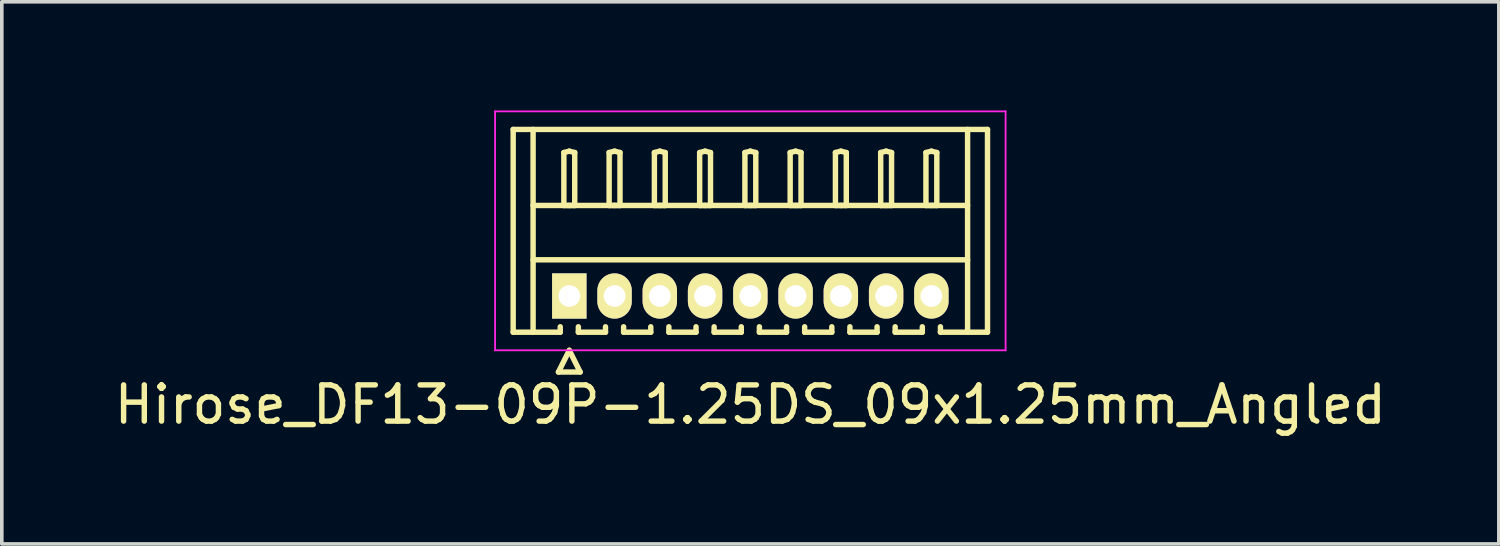
<source format=kicad_pcb>
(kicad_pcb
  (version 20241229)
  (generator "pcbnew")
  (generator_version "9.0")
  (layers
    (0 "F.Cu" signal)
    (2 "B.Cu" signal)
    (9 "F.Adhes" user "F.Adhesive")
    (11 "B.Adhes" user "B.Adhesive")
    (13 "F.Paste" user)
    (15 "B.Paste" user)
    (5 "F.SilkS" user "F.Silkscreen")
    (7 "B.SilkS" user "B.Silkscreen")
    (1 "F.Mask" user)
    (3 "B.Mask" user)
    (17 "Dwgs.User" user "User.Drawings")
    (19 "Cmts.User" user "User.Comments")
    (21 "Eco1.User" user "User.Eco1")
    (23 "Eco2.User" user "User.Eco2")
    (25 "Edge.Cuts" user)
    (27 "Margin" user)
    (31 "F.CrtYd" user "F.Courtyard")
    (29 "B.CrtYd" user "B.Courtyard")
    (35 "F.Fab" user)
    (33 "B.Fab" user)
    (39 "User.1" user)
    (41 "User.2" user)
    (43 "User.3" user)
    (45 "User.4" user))
  (footprint "Hirose_DF13-09P-1.25DS_09x1.25mm_Angled"
    (layer "F.Cu")
    (at 12.673 5.125)
    (property "Reference" "Hirose_DF13-09P-1.25DS_09x1.25mm_Angled" (at 5 3 0) (layer "F.SilkS") (effects (font (size 1 1) (thickness 0.15))))
    (attr through_hole)
    (fp_line (start -1.55 -4.6) (end 11.55 -4.6) (stroke (width 0.15) (type solid)) (layer "F.SilkS"))
    (fp_line (start -1.55 1) (end -1.55 -4.6) (stroke (width 0.15) (type solid)) (layer "F.SilkS"))
    (fp_line (start -1 -4.6) (end -1 1) (stroke (width 0.15) (type solid)) (layer "F.SilkS"))
    (fp_line (start -1 -2.5) (end 11 -2.5) (stroke (width 0.15) (type solid)) (layer "F.SilkS"))
    (fp_line (start -1 -1) (end 11 -1) (stroke (width 0.15) (type solid)) (layer "F.SilkS"))
    (fp_line (start -0.3 2.1) (end 0.3 2.1) (stroke (width 0.15) (type solid)) (layer "F.SilkS"))
    (fp_line (start -0.25 0.85) (end -0.25 1) (stroke (width 0.15) (type solid)) (layer "F.SilkS"))
    (fp_line (start -0.25 1) (end -1.55 1) (stroke (width 0.15) (type solid)) (layer "F.SilkS"))
    (fp_line (start -0.15 -3.962) (end 0 -4) (stroke (width 0.15) (type solid)) (layer "F.SilkS"))
    (fp_line (start -0.15 -2.5) (end -0.15 -3.962) (stroke (width 0.15) (type solid)) (layer "F.SilkS"))
    (fp_line (start 0 -4) (end 0.15 -3.962) (stroke (width 0.15) (type solid)) (layer "F.SilkS"))
    (fp_line (start 0 -2.5) (end -0.15 -2.5) (stroke (width 0.15) (type solid)) (layer "F.SilkS"))
    (fp_line (start 0 1.5) (end -0.3 2.1) (stroke (width 0.15) (type solid)) (layer "F.SilkS"))
    (fp_line (start 0.15 -3.962) (end 0.15 -2.5) (stroke (width 0.15) (type solid)) (layer "F.SilkS"))
    (fp_line (start 0.15 -2.5) (end 0 -2.5) (stroke (width 0.15) (type solid)) (layer "F.SilkS"))
    (fp_line (start 0.25 0.85) (end 0.25 1) (stroke (width 0.15) (type solid)) (layer "F.SilkS"))
    (fp_line (start 0.25 1) (end 1 1) (stroke (width 0.15) (type solid)) (layer "F.SilkS"))
    (fp_line (start 0.3 2.1) (end 0 1.5) (stroke (width 0.15) (type solid)) (layer "F.SilkS"))
    (fp_line (start 1 1) (end 1 0.85) (stroke (width 0.15) (type solid)) (layer "F.SilkS"))
    (fp_line (start 1.1 -3.962) (end 1.25 -4) (stroke (width 0.15) (type solid)) (layer "F.SilkS"))
    (fp_line (start 1.1 -2.5) (end 1.1 -3.962) (stroke (width 0.15) (type solid)) (layer "F.SilkS"))
    (fp_line (start 1.25 -4) (end 1.4 -3.962) (stroke (width 0.15) (type solid)) (layer "F.SilkS"))
    (fp_line (start 1.25 -2.5) (end 1.1 -2.5) (stroke (width 0.15) (type solid)) (layer "F.SilkS"))
    (fp_line (start 1.4 -3.962) (end 1.4 -2.5) (stroke (width 0.15) (type solid)) (layer "F.SilkS"))
    (fp_line (start 1.4 -2.5) (end 1.25 -2.5) (stroke (width 0.15) (type solid)) (layer "F.SilkS"))
    (fp_line (start 1.5 0.85) (end 1.5 1) (stroke (width 0.15) (type solid)) (layer "F.SilkS"))
    (fp_line (start 1.5 1) (end 2.25 1) (stroke (width 0.15) (type solid)) (layer "F.SilkS"))
    (fp_line (start 2.25 1) (end 2.25 0.85) (stroke (width 0.15) (type solid)) (layer "F.SilkS"))
    (fp_line (start 2.35 -3.962) (end 2.5 -4) (stroke (width 0.15) (type solid)) (layer "F.SilkS"))
    (fp_line (start 2.35 -2.5) (end 2.35 -3.962) (stroke (width 0.15) (type solid)) (layer "F.SilkS"))
    (fp_line (start 2.5 -4) (end 2.65 -3.962) (stroke (width 0.15) (type solid)) (layer "F.SilkS"))
    (fp_line (start 2.5 -2.5) (end 2.35 -2.5) (stroke (width 0.15) (type solid)) (layer "F.SilkS"))
    (fp_line (start 2.65 -3.962) (end 2.65 -2.5) (stroke (width 0.15) (type solid)) (layer "F.SilkS"))
    (fp_line (start 2.65 -2.5) (end 2.5 -2.5) (stroke (width 0.15) (type solid)) (layer "F.SilkS"))
    (fp_line (start 2.75 0.85) (end 2.75 1) (stroke (width 0.15) (type solid)) (layer "F.SilkS"))
    (fp_line (start 2.75 1) (end 3.5 1) (stroke (width 0.15) (type solid)) (layer "F.SilkS"))
    (fp_line (start 3.5 1) (end 3.5 0.85) (stroke (width 0.15) (type solid)) (layer "F.SilkS"))
    (fp_line (start 3.6 -3.962) (end 3.75 -4) (stroke (width 0.15) (type solid)) (layer "F.SilkS"))
    (fp_line (start 3.6 -2.5) (end 3.6 -3.962) (stroke (width 0.15) (type solid)) (layer "F.SilkS"))
    (fp_line (start 3.75 -4) (end 3.9 -3.962) (stroke (width 0.15) (type solid)) (layer "F.SilkS"))
    (fp_line (start 3.75 -2.5) (end 3.6 -2.5) (stroke (width 0.15) (type solid)) (layer "F.SilkS"))
    (fp_line (start 3.9 -3.962) (end 3.9 -2.5) (stroke (width 0.15) (type solid)) (layer "F.SilkS"))
    (fp_line (start 3.9 -2.5) (end 3.75 -2.5) (stroke (width 0.15) (type solid)) (layer "F.SilkS"))
    (fp_line (start 4 0.85) (end 4 1) (stroke (width 0.15) (type solid)) (layer "F.SilkS"))
    (fp_line (start 4 1) (end 4.75 1) (stroke (width 0.15) (type solid)) (layer "F.SilkS"))
    (fp_line (start 4.75 1) (end 4.75 0.85) (stroke (width 0.15) (type solid)) (layer "F.SilkS"))
    (fp_line (start 4.85 -3.962) (end 5 -4) (stroke (width 0.15) (type solid)) (layer "F.SilkS"))
    (fp_line (start 4.85 -2.5) (end 4.85 -3.962) (stroke (width 0.15) (type solid)) (layer "F.SilkS"))
    (fp_line (start 5 -4) (end 5.15 -3.962) (stroke (width 0.15) (type solid)) (layer "F.SilkS"))
    (fp_line (start 5 -2.5) (end 4.85 -2.5) (stroke (width 0.15) (type solid)) (layer "F.SilkS"))
    (fp_line (start 5.15 -3.962) (end 5.15 -2.5) (stroke (width 0.15) (type solid)) (layer "F.SilkS"))
    (fp_line (start 5.15 -2.5) (end 5 -2.5) (stroke (width 0.15) (type solid)) (layer "F.SilkS"))
    (fp_line (start 5.25 0.85) (end 5.25 1) (stroke (width 0.15) (type solid)) (layer "F.SilkS"))
    (fp_line (start 5.25 1) (end 6 1) (stroke (width 0.15) (type solid)) (layer "F.SilkS"))
    (fp_line (start 6 1) (end 6 0.85) (stroke (width 0.15) (type solid)) (layer "F.SilkS"))
    (fp_line (start 6.1 -3.962) (end 6.25 -4) (stroke (width 0.15) (type solid)) (layer "F.SilkS"))
    (fp_line (start 6.1 -2.5) (end 6.1 -3.962) (stroke (width 0.15) (type solid)) (layer "F.SilkS"))
    (fp_line (start 6.25 -4) (end 6.4 -3.962) (stroke (width 0.15) (type solid)) (layer "F.SilkS"))
    (fp_line (start 6.25 -2.5) (end 6.1 -2.5) (stroke (width 0.15) (type solid)) (layer "F.SilkS"))
    (fp_line (start 6.4 -3.962) (end 6.4 -2.5) (stroke (width 0.15) (type solid)) (layer "F.SilkS"))
    (fp_line (start 6.4 -2.5) (end 6.25 -2.5) (stroke (width 0.15) (type solid)) (layer "F.SilkS"))
    (fp_line (start 6.5 0.85) (end 6.5 1) (stroke (width 0.15) (type solid)) (layer "F.SilkS"))
    (fp_line (start 6.5 1) (end 7.25 1) (stroke (width 0.15) (type solid)) (layer "F.SilkS"))
    (fp_line (start 7.25 1) (end 7.25 0.85) (stroke (width 0.15) (type solid)) (layer "F.SilkS"))
    (fp_line (start 7.35 -3.962) (end 7.5 -4) (stroke (width 0.15) (type solid)) (layer "F.SilkS"))
    (fp_line (start 7.35 -2.5) (end 7.35 -3.962) (stroke (width 0.15) (type solid)) (layer "F.SilkS"))
    (fp_line (start 7.5 -4) (end 7.65 -3.962) (stroke (width 0.15) (type solid)) (layer "F.SilkS"))
    (fp_line (start 7.5 -2.5) (end 7.35 -2.5) (stroke (width 0.15) (type solid)) (layer "F.SilkS"))
    (fp_line (start 7.65 -3.962) (end 7.65 -2.5) (stroke (width 0.15) (type solid)) (layer "F.SilkS"))
    (fp_line (start 7.65 -2.5) (end 7.5 -2.5) (stroke (width 0.15) (type solid)) (layer "F.SilkS"))
    (fp_line (start 7.75 0.85) (end 7.75 1) (stroke (width 0.15) (type solid)) (layer "F.SilkS"))
    (fp_line (start 7.75 1) (end 8.5 1) (stroke (width 0.15) (type solid)) (layer "F.SilkS"))
    (fp_line (start 8.5 1) (end 8.5 0.85) (stroke (width 0.15) (type solid)) (layer "F.SilkS"))
    (fp_line (start 8.6 -3.962) (end 8.75 -4) (stroke (width 0.15) (type solid)) (layer "F.SilkS"))
    (fp_line (start 8.6 -2.5) (end 8.6 -3.962) (stroke (width 0.15) (type solid)) (layer "F.SilkS"))
    (fp_line (start 8.75 -4) (end 8.9 -3.962) (stroke (width 0.15) (type solid)) (layer "F.SilkS"))
    (fp_line (start 8.75 -2.5) (end 8.6 -2.5) (stroke (width 0.15) (type solid)) (layer "F.SilkS"))
    (fp_line (start 8.9 -3.962) (end 8.9 -2.5) (stroke (width 0.15) (type solid)) (layer "F.SilkS"))
    (fp_line (start 8.9 -2.5) (end 8.75 -2.5) (stroke (width 0.15) (type solid)) (layer "F.SilkS"))
    (fp_line (start 9 0.85) (end 9 1) (stroke (width 0.15) (type solid)) (layer "F.SilkS"))
    (fp_line (start 9 1) (end 9.75 1) (stroke (width 0.15) (type solid)) (layer "F.SilkS"))
    (fp_line (start 9.75 1) (end 9.75 0.85) (stroke (width 0.15) (type solid)) (layer "F.SilkS"))
    (fp_line (start 9.85 -3.962) (end 10 -4) (stroke (width 0.15) (type solid)) (layer "F.SilkS"))
    (fp_line (start 9.85 -2.5) (end 9.85 -3.962) (stroke (width 0.15) (type solid)) (layer "F.SilkS"))
    (fp_line (start 10 -4) (end 10.15 -3.962) (stroke (width 0.15) (type solid)) (layer "F.SilkS"))
    (fp_line (start 10 -2.5) (end 9.85 -2.5) (stroke (width 0.15) (type solid)) (layer "F.SilkS"))
    (fp_line (start 10.15 -3.962) (end 10.15 -2.5) (stroke (width 0.15) (type solid)) (layer "F.SilkS"))
    (fp_line (start 10.15 -2.5) (end 10 -2.5) (stroke (width 0.15) (type solid)) (layer "F.SilkS"))
    (fp_line (start 10.25 1) (end 10.25 0.85) (stroke (width 0.15) (type solid)) (layer "F.SilkS"))
    (fp_line (start 11 -4.6) (end 11 1) (stroke (width 0.15) (type solid)) (layer "F.SilkS"))
    (fp_line (start 11.55 -4.6) (end 11.55 1) (stroke (width 0.15) (type solid)) (layer "F.SilkS"))
    (fp_line (start 11.55 1) (end 10.25 1) (stroke (width 0.15) (type solid)) (layer "F.SilkS"))
    (fp_line (start -2.05 -5.1) (end -2.05 1.5) (stroke (width 0.05) (type solid)) (layer "F.CrtYd"))
    (fp_line (start -2.05 1.5) (end 12.05 1.5) (stroke (width 0.05) (type solid)) (layer "F.CrtYd"))
    (fp_line (start 12.05 -5.1) (end -2.05 -5.1) (stroke (width 0.05) (type solid)) (layer "F.CrtYd"))
    (fp_line (start 12.05 1.5) (end 12.05 -5.1) (stroke (width 0.05) (type solid)) (layer "F.CrtYd"))
    (pad "1" thru_hole rect (at 0 0) (size 0.95 1.25) (drill 0.6) (layers "*.Cu" "*.Mask" "F.SilkS"))
    (pad "2" thru_hole oval (at 1.25 0) (size 0.95 1.25) (drill 0.6) (layers "*.Cu" "*.Mask" "F.SilkS"))
    (pad "3" thru_hole oval (at 2.5 0) (size 0.95 1.25) (drill 0.6) (layers "*.Cu" "*.Mask" "F.SilkS"))
    (pad "4" thru_hole oval (at 3.75 0) (size 0.95 1.25) (drill 0.6) (layers "*.Cu" "*.Mask" "F.SilkS"))
    (pad "5" thru_hole oval (at 5 0) (size 0.95 1.25) (drill 0.6) (layers "*.Cu" "*.Mask" "F.SilkS"))
    (pad "6" thru_hole oval (at 6.25 0) (size 0.95 1.25) (drill 0.6) (layers "*.Cu" "*.Mask" "F.SilkS"))
    (pad "7" thru_hole oval (at 7.5 0) (size 0.95 1.25) (drill 0.6) (layers "*.Cu" "*.Mask" "F.SilkS"))
    (pad "8" thru_hole oval (at 8.75 0) (size 0.95 1.25) (drill 0.6) (layers "*.Cu" "*.Mask" "F.SilkS"))
    (pad "9" thru_hole oval (at 10 0) (size 0.95 1.25) (drill 0.6) (layers "*.Cu" "*.Mask" "F.SilkS")))
  (gr_rect
    (start -3 -3)
    (end 38.345 11.973)
    (stroke (width 0.1) (type default))
    (fill no)
    (layer "Edge.Cuts")))
</source>
